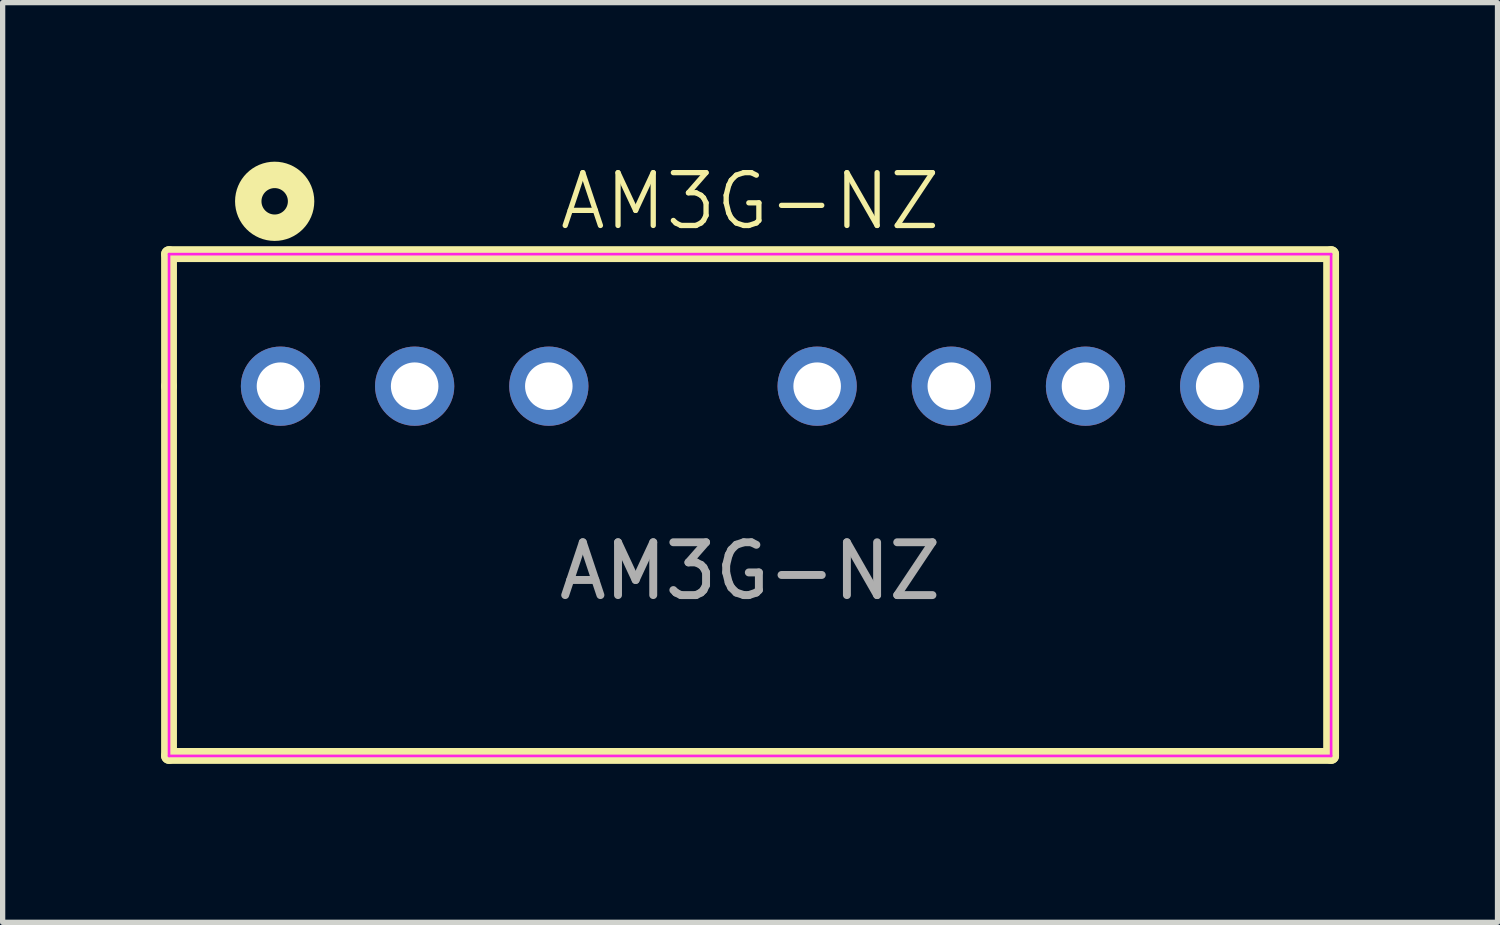
<source format=kicad_pcb>
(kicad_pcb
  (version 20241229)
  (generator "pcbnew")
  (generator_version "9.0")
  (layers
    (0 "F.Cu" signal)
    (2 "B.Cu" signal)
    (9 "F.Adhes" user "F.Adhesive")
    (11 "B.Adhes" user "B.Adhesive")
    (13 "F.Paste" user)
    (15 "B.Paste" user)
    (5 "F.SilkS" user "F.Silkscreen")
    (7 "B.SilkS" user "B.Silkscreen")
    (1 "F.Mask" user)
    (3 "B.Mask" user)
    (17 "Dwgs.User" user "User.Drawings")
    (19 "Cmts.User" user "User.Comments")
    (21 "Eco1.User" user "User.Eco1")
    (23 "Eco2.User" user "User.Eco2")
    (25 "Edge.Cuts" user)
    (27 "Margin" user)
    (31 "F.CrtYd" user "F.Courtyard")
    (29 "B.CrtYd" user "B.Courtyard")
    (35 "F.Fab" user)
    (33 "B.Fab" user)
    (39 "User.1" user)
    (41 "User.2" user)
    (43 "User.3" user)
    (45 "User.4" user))
  (footprint "AM3G-NZ"
    (layer "F.Cu")
    (at 11.15 4.261)
    (property "Reference" "AM3G-NZ" (at 0 -3.5 0) (unlocked yes) (layer "F.SilkS") (effects (font (size 1 1) (thickness 0.1))))
    (attr smd)
    (fp_line (start -11 -2.5) (end -11 0) (stroke (width 0.3) (type default)) (layer "F.SilkS"))
    (fp_line (start -11 0) (end -11 7) (stroke (width 0.3) (type default)) (layer "F.SilkS"))
    (fp_line (start -11 7) (end 11 7) (stroke (width 0.3) (type default)) (layer "F.SilkS"))
    (fp_line (start 11 -2.5) (end -11 -2.5) (stroke (width 0.3) (type default)) (layer "F.SilkS"))
    (fp_line (start 11 7) (end 11 -2.5) (stroke (width 0.3) (type default)) (layer "F.SilkS"))
    (fp_circle (center -9 -3.5) (end -8.5 -3.5) (stroke (width 0.5) (type default)) (fill no) (layer "F.SilkS"))
    (fp_line (start -11 -2.5) (end -11 7) (stroke (width 0.05) (type default)) (layer "F.CrtYd"))
    (fp_line (start -11 7) (end 11 7) (stroke (width 0.05) (type default)) (layer "F.CrtYd"))
    (fp_line (start 11 -2.5) (end -11 -2.5) (stroke (width 0.05) (type default)) (layer "F.CrtYd"))
    (fp_line (start 11 7) (end 11 -2.5) (stroke (width 0.05) (type default)) (layer "F.CrtYd"))
    (fp_text user "${REFERENCE}" (at 0 3.5 0) (unlocked yes) (layer "F.Fab") (effects (font (size 1 1) (thickness 0.15))))
    (pad "1" thru_hole circle (at -8.89 0) (size 1.5 1.5) (drill 0.9) (layers "*.Cu" "*.Mask"))
    (pad "2" thru_hole circle (at -6.35 0) (size 1.5 1.5) (drill 0.9) (layers "*.Cu" "*.Mask"))
    (pad "3" thru_hole circle (at -3.81 0) (size 1.5 1.5) (drill 0.9) (layers "*.Cu" "*.Mask"))
    (pad "5" thru_hole circle (at 1.27 0) (size 1.5 1.5) (drill 0.9) (layers "*.Cu" "*.Mask"))
    (pad "6" thru_hole circle (at 3.81 0) (size 1.5 1.5) (drill 0.9) (layers "*.Cu" "*.Mask"))
    (pad "7" thru_hole circle (at 6.35 0) (size 1.5 1.5) (drill 0.9) (layers "*.Cu" "*.Mask"))
    (pad "8" thru_hole circle (at 8.89 0) (size 1.5 1.5) (drill 0.9) (layers "*.Cu" "*.Mask")))
  (gr_rect
    (start -3 -3)
    (end 25.3 14.411)
    (stroke (width 0.1) (type default))
    (fill no)
    (layer "Edge.Cuts")))
</source>
